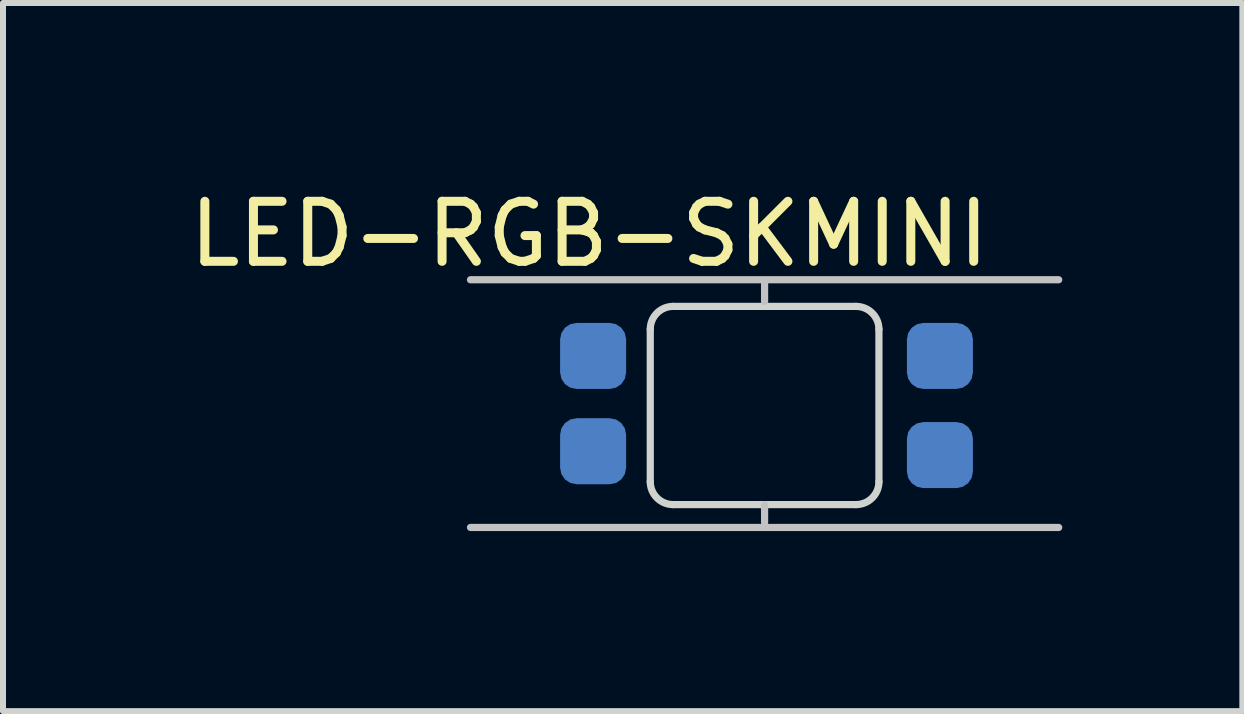
<source format=kicad_pcb>
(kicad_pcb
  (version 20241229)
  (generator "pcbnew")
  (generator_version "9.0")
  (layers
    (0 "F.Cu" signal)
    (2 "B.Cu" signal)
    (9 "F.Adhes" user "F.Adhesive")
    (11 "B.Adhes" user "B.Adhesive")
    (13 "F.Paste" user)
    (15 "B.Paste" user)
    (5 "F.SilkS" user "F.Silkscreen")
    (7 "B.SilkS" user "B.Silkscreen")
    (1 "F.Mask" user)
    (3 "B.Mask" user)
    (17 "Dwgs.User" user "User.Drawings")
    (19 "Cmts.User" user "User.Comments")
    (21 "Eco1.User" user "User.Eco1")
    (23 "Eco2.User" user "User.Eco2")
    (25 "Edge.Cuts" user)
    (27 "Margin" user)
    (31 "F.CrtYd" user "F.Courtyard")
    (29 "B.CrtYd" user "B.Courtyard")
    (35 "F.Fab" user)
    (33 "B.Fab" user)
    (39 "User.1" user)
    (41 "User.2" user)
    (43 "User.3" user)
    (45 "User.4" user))
  (footprint "LED-RGB-SKMINI"
    (layer "F.Cu")
    (at 9.689 3.706)
    (property "Reference" "LED-RGB-SKMINI" (at -2.921 -2.857 0) (layer "F.SilkS") (effects (font (size 1 1) (thickness 0.15))))
    (attr through_hole)
    (fp_line (start -4.9 -2.095) (end 4.9 -2.095) (stroke (width 0.12) (type solid)) (layer "Dwgs.User"))
    (fp_line (start -4.9 2.032) (end 4.9 2.032) (stroke (width 0.12) (type solid)) (layer "Dwgs.User"))
    (fp_line (start 0 -2.032) (end 0 -1.733) (stroke (width 0.12) (type solid)) (layer "Dwgs.User"))
    (fp_line (start 0 1.651) (end 0 1.95) (stroke (width 0.12) (type solid)) (layer "Dwgs.User"))
    (fp_line (start -1.905 -1.27) (end -1.905 1.27) (stroke (width 0.12) (type solid)) (layer "Edge.Cuts"))
    (fp_line (start -1.524 1.651) (end 1.524 1.651) (stroke (width 0.12) (type solid)) (layer "Edge.Cuts"))
    (fp_line (start 1.524 -1.651) (end -1.524 -1.651) (stroke (width 0.12) (type solid)) (layer "Edge.Cuts"))
    (fp_line (start 1.905 1.27) (end 1.905 -1.27) (stroke (width 0.12) (type solid)) (layer "Edge.Cuts"))
    (fp_arc (start -1.905 -1.27) (mid -1.793408 -1.539408) (end -1.524 -1.651) (stroke (width 0.12) (type solid)) (layer "Edge.Cuts"))
    (fp_arc (start -1.524 1.651) (mid -1.793408 1.539408) (end -1.905 1.27) (stroke (width 0.12) (type solid)) (layer "Edge.Cuts"))
    (fp_arc (start 1.524 -1.651) (mid 1.793408 -1.539408) (end 1.905 -1.27) (stroke (width 0.12) (type solid)) (layer "Edge.Cuts"))
    (fp_arc (start 1.905 1.27) (mid 1.793408 1.539408) (end 1.524 1.651) (stroke (width 0.12) (type solid)) (layer "Edge.Cuts"))
    (pad "1" smd roundrect (at -2.857 0.762) (size 1.1 1.1) (layers "B.Cu" "B.Mask" "B.Paste") (roundrect_rratio 0.25))
    (pad "2" smd roundrect (at 2.921 0.826) (size 1.1 1.1) (layers "B.Cu" "B.Mask" "B.Paste") (roundrect_rratio 0.25))
    (pad "3" smd roundrect (at 2.921 -0.826) (size 1.1 1.1) (layers "B.Cu" "B.Mask" "B.Paste") (roundrect_rratio 0.25))
    (pad "4" smd roundrect (at -2.857 -0.826) (size 1.1 1.1) (layers "B.Cu" "B.Mask" "B.Paste") (roundrect_rratio 0.25)))
  (gr_rect
    (start -3 -3)
    (end 17.649 8.798)
    (stroke (width 0.1) (type default))
    (fill no)
    (layer "Edge.Cuts")))
</source>
